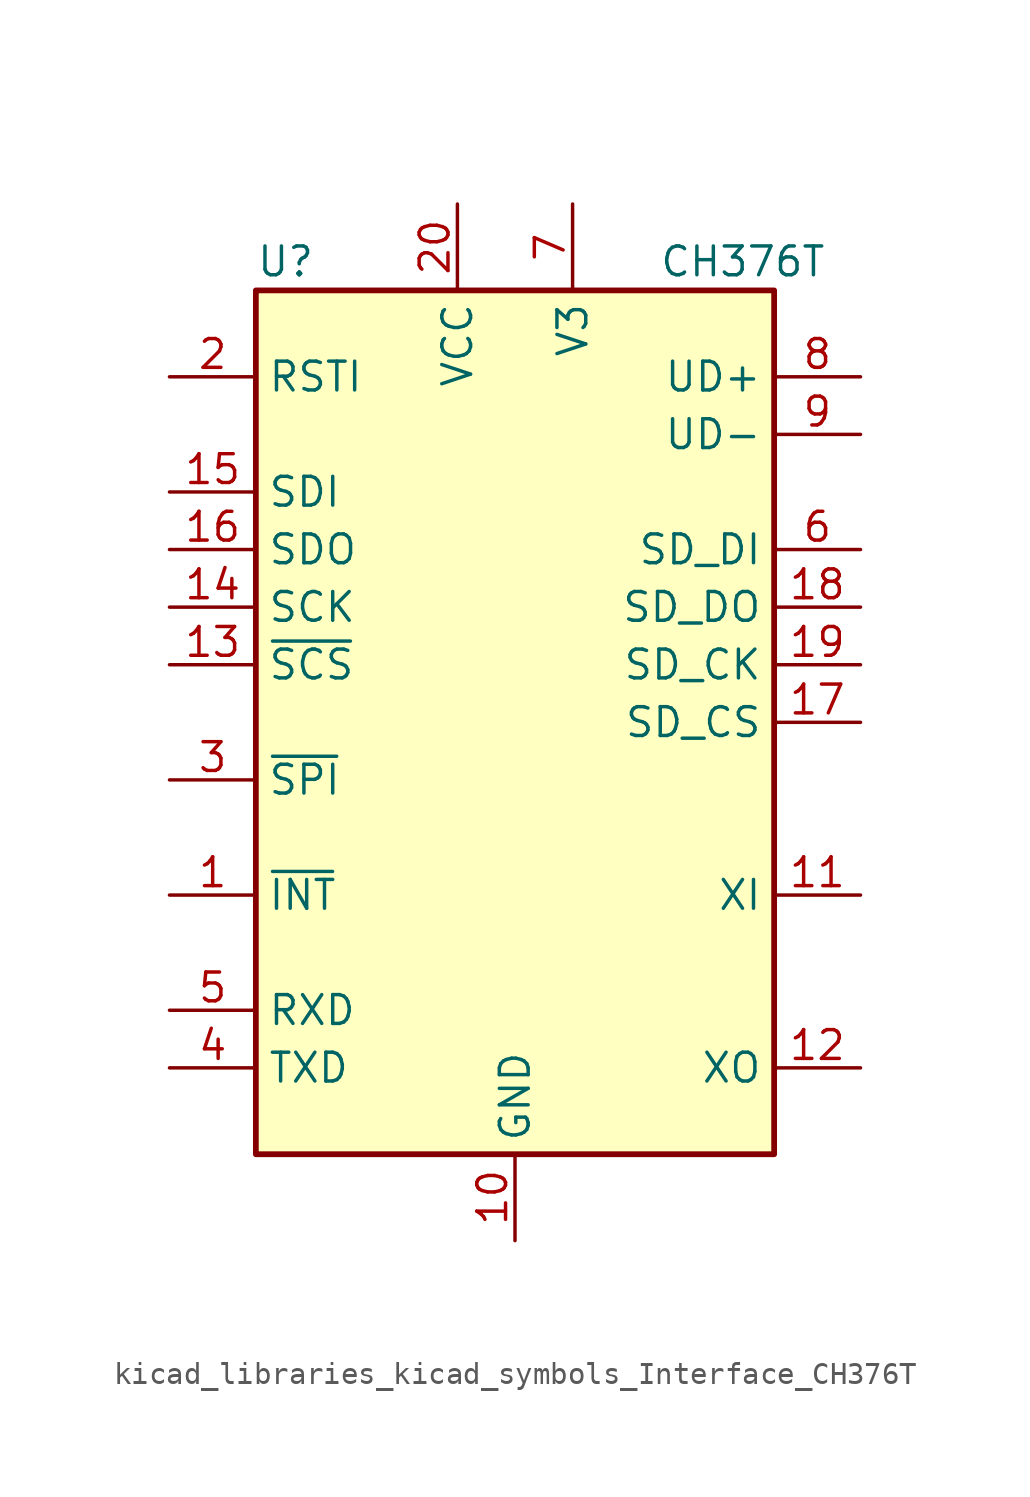
<source format=kicad_sym>
(kicad_symbol_lib
  (version 20220914)
  (generator kicad_symbol_editor)
  (symbol "kicad_libraries_kicad_symbols_Interface_CH376T"
    (property "Reference" "U"
      (at -11.43 20.32 0)
      (effects (font (size 1.27 1.27)) (justify left)))
    (property "Value" "CH376T"
      (at 6.35 20.32 0)
      (effects (font (size 1.27 1.27)) (justify left)))
    (symbol "kicad_libraries_kicad_symbols_Interface_CH376T_0_1"
      (rectangle (start -11.43 19.05) (end 11.43 -19.05) (stroke (width 0.254) (type default)) (fill (type background))))
    (symbol "kicad_libraries_kicad_symbols_Interface_CH376T_1_1"
      (pin output line (at -15.24 -7.62 0) (length 3.81) (name "~{INT}" (effects (font (size 1.27 1.27)))) (number "1" (effects (font (size 1.27 1.27)))))
      (pin power_in line (at 0 -22.86 90) (length 3.81) (name "GND" (effects (font (size 1.27 1.27)))) (number "10" (effects (font (size 1.27 1.27)))))
      (pin input line (at 15.24 -7.62 180) (length 3.81) (name "XI" (effects (font (size 1.27 1.27)))) (number "11" (effects (font (size 1.27 1.27)))))
      (pin output line (at 15.24 -15.24 180) (length 3.81) (name "XO" (effects (font (size 1.27 1.27)))) (number "12" (effects (font (size 1.27 1.27)))))
      (pin input line (at -15.24 2.54 0) (length 3.81) (name "~{SCS}" (effects (font (size 1.27 1.27)))) (number "13" (effects (font (size 1.27 1.27)))))
      (pin input line (at -15.24 5.08 0) (length 3.81) (name "SCK" (effects (font (size 1.27 1.27)))) (number "14" (effects (font (size 1.27 1.27)))))
      (pin input line (at -15.24 10.16 0) (length 3.81) (name "SDI" (effects (font (size 1.27 1.27)))) (number "15" (effects (font (size 1.27 1.27)))))
      (pin tri_state line (at -15.24 7.62 0) (length 3.81) (name "SDO" (effects (font (size 1.27 1.27)))) (number "16" (effects (font (size 1.27 1.27)))))
      (pin open_collector line (at 15.24 0 180) (length 3.81) (name "SD_CS" (effects (font (size 1.27 1.27)))) (number "17" (effects (font (size 1.27 1.27)))))
      (pin output line (at 15.24 5.08 180) (length 3.81) (name "SD_DO" (effects (font (size 1.27 1.27)))) (number "18" (effects (font (size 1.27 1.27)))))
      (pin output line (at 15.24 2.54 180) (length 3.81) (name "SD_CK" (effects (font (size 1.27 1.27)))) (number "19" (effects (font (size 1.27 1.27)))))
      (pin input line (at -15.24 15.24 0) (length 3.81) (name "RSTI" (effects (font (size 1.27 1.27)))) (number "2" (effects (font (size 1.27 1.27)))))
      (pin power_in line (at -2.54 22.86 270) (length 3.81) (name "VCC" (effects (font (size 1.27 1.27)))) (number "20" (effects (font (size 1.27 1.27)))))
      (pin input line (at -15.24 -2.54 0) (length 3.81) (name "~{SPI}" (effects (font (size 1.27 1.27)))) (number "3" (effects (font (size 1.27 1.27)))))
      (pin bidirectional line (at -15.24 -15.24 0) (length 3.81) (name "TXD" (effects (font (size 1.27 1.27)))) (number "4" (effects (font (size 1.27 1.27)))))
      (pin input line (at -15.24 -12.7 0) (length 3.81) (name "RXD" (effects (font (size 1.27 1.27)))) (number "5" (effects (font (size 1.27 1.27)))))
      (pin input line (at 15.24 7.62 180) (length 3.81) (name "SD_DI" (effects (font (size 1.27 1.27)))) (number "6" (effects (font (size 1.27 1.27)))))
      (pin passive line (at 2.54 22.86 270) (length 3.81) (name "V3" (effects (font (size 1.27 1.27)))) (number "7" (effects (font (size 1.27 1.27)))))
      (pin bidirectional line (at 15.24 15.24 180) (length 3.81) (name "UD+" (effects (font (size 1.27 1.27)))) (number "8" (effects (font (size 1.27 1.27)))))
      (pin bidirectional line (at 15.24 12.7 180) (length 3.81) (name "UD-" (effects (font (size 1.27 1.27)))) (number "9" (effects (font (size 1.27 1.27))))))))
</source>
